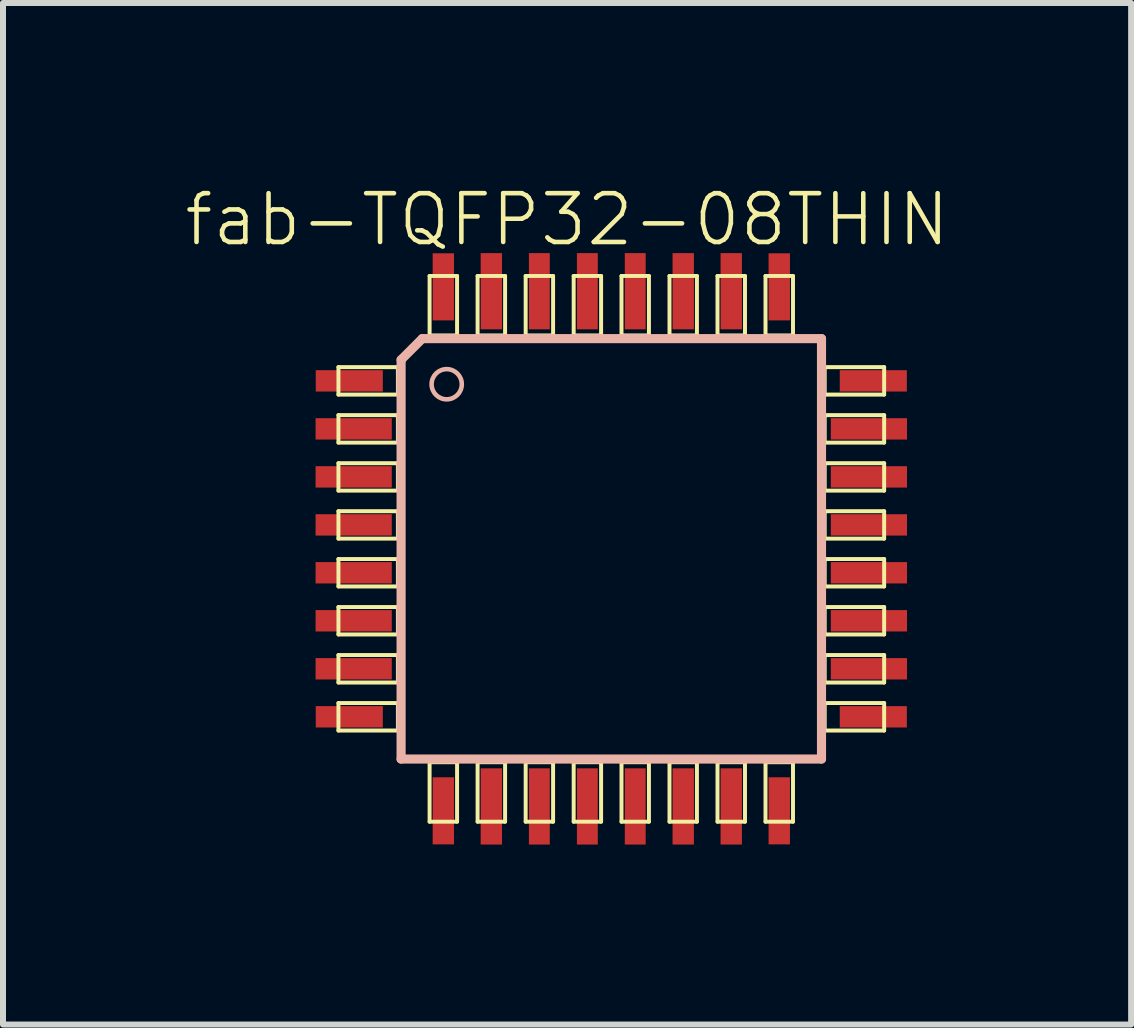
<source format=kicad_pcb>
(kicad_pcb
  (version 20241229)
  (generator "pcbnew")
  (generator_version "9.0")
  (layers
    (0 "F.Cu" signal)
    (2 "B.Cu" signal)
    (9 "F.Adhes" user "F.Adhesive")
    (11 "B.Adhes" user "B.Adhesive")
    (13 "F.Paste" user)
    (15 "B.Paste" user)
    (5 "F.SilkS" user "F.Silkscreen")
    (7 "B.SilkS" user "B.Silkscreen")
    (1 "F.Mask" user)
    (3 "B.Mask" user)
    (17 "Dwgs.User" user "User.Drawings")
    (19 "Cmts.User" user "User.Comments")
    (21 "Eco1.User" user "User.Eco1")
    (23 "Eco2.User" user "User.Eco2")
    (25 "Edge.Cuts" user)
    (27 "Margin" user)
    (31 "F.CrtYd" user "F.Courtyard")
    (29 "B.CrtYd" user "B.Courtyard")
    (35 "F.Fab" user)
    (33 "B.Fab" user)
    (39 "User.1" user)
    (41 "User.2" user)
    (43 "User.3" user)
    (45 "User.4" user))
  (footprint "fab-TQFP32-08THIN"
    (layer "F.Cu")
    (at 7.137 6.096)
    (property "Reference" "fab-TQFP32-08THIN" (at -0.737 -5.486 0) (layer "F.SilkS") (effects (font (size 0.813 0.813) (thickness 0.076))))
    (attr smd)
    (fp_line (start -4.547 -3.028) (end -3.556 -3.028) (stroke (width 0.066) (type solid)) (layer "F.SilkS"))
    (fp_line (start -4.547 -2.57) (end -4.547 -3.028) (stroke (width 0.066) (type solid)) (layer "F.SilkS"))
    (fp_line (start -4.547 -2.57) (end -3.556 -2.57) (stroke (width 0.066) (type solid)) (layer "F.SilkS"))
    (fp_line (start -4.547 -2.228) (end -3.556 -2.228) (stroke (width 0.066) (type solid)) (layer "F.SilkS"))
    (fp_line (start -4.547 -1.77) (end -4.547 -2.228) (stroke (width 0.066) (type solid)) (layer "F.SilkS"))
    (fp_line (start -4.547 -1.77) (end -3.556 -1.77) (stroke (width 0.066) (type solid)) (layer "F.SilkS"))
    (fp_line (start -4.547 -1.427) (end -3.556 -1.427) (stroke (width 0.066) (type solid)) (layer "F.SilkS"))
    (fp_line (start -4.547 -0.97) (end -4.547 -1.427) (stroke (width 0.066) (type solid)) (layer "F.SilkS"))
    (fp_line (start -4.547 -0.97) (end -3.556 -0.97) (stroke (width 0.066) (type solid)) (layer "F.SilkS"))
    (fp_line (start -4.547 -0.627) (end -3.556 -0.627) (stroke (width 0.066) (type solid)) (layer "F.SilkS"))
    (fp_line (start -4.547 -0.17) (end -4.547 -0.627) (stroke (width 0.066) (type solid)) (layer "F.SilkS"))
    (fp_line (start -4.547 -0.17) (end -3.556 -0.17) (stroke (width 0.066) (type solid)) (layer "F.SilkS"))
    (fp_line (start -4.547 0.17) (end -3.556 0.17) (stroke (width 0.066) (type solid)) (layer "F.SilkS"))
    (fp_line (start -4.547 0.627) (end -4.547 0.17) (stroke (width 0.066) (type solid)) (layer "F.SilkS"))
    (fp_line (start -4.547 0.627) (end -3.556 0.627) (stroke (width 0.066) (type solid)) (layer "F.SilkS"))
    (fp_line (start -4.547 0.97) (end -3.556 0.97) (stroke (width 0.066) (type solid)) (layer "F.SilkS"))
    (fp_line (start -4.547 1.427) (end -4.547 0.97) (stroke (width 0.066) (type solid)) (layer "F.SilkS"))
    (fp_line (start -4.547 1.427) (end -3.556 1.427) (stroke (width 0.066) (type solid)) (layer "F.SilkS"))
    (fp_line (start -4.547 1.77) (end -3.556 1.77) (stroke (width 0.066) (type solid)) (layer "F.SilkS"))
    (fp_line (start -4.547 2.228) (end -4.547 1.77) (stroke (width 0.066) (type solid)) (layer "F.SilkS"))
    (fp_line (start -4.547 2.228) (end -3.556 2.228) (stroke (width 0.066) (type solid)) (layer "F.SilkS"))
    (fp_line (start -4.547 2.57) (end -3.556 2.57) (stroke (width 0.066) (type solid)) (layer "F.SilkS"))
    (fp_line (start -4.547 3.028) (end -4.547 2.57) (stroke (width 0.066) (type solid)) (layer "F.SilkS"))
    (fp_line (start -4.547 3.028) (end -3.556 3.028) (stroke (width 0.066) (type solid)) (layer "F.SilkS"))
    (fp_line (start -3.556 -2.57) (end -3.556 -3.028) (stroke (width 0.066) (type solid)) (layer "F.SilkS"))
    (fp_line (start -3.556 -1.77) (end -3.556 -2.228) (stroke (width 0.066) (type solid)) (layer "F.SilkS"))
    (fp_line (start -3.556 -0.97) (end -3.556 -1.427) (stroke (width 0.066) (type solid)) (layer "F.SilkS"))
    (fp_line (start -3.556 -0.17) (end -3.556 -0.627) (stroke (width 0.066) (type solid)) (layer "F.SilkS"))
    (fp_line (start -3.556 0.627) (end -3.556 0.17) (stroke (width 0.066) (type solid)) (layer "F.SilkS"))
    (fp_line (start -3.556 1.427) (end -3.556 0.97) (stroke (width 0.066) (type solid)) (layer "F.SilkS"))
    (fp_line (start -3.556 2.228) (end -3.556 1.77) (stroke (width 0.066) (type solid)) (layer "F.SilkS"))
    (fp_line (start -3.556 3.028) (end -3.556 2.57) (stroke (width 0.066) (type solid)) (layer "F.SilkS"))
    (fp_line (start -3.028 -4.547) (end -2.57 -4.547) (stroke (width 0.066) (type solid)) (layer "F.SilkS"))
    (fp_line (start -3.028 -3.556) (end -3.028 -4.547) (stroke (width 0.066) (type solid)) (layer "F.SilkS"))
    (fp_line (start -3.028 -3.556) (end -2.57 -3.556) (stroke (width 0.066) (type solid)) (layer "F.SilkS"))
    (fp_line (start -3.028 3.556) (end -2.57 3.556) (stroke (width 0.066) (type solid)) (layer "F.SilkS"))
    (fp_line (start -3.028 4.547) (end -3.028 3.556) (stroke (width 0.066) (type solid)) (layer "F.SilkS"))
    (fp_line (start -3.028 4.547) (end -2.57 4.547) (stroke (width 0.066) (type solid)) (layer "F.SilkS"))
    (fp_line (start -2.57 -3.556) (end -2.57 -4.547) (stroke (width 0.066) (type solid)) (layer "F.SilkS"))
    (fp_line (start -2.57 4.547) (end -2.57 3.556) (stroke (width 0.066) (type solid)) (layer "F.SilkS"))
    (fp_line (start -2.228 -4.547) (end -1.77 -4.547) (stroke (width 0.066) (type solid)) (layer "F.SilkS"))
    (fp_line (start -2.228 -3.556) (end -2.228 -4.547) (stroke (width 0.066) (type solid)) (layer "F.SilkS"))
    (fp_line (start -2.228 -3.556) (end -1.77 -3.556) (stroke (width 0.066) (type solid)) (layer "F.SilkS"))
    (fp_line (start -2.228 3.556) (end -1.77 3.556) (stroke (width 0.066) (type solid)) (layer "F.SilkS"))
    (fp_line (start -2.228 4.547) (end -2.228 3.556) (stroke (width 0.066) (type solid)) (layer "F.SilkS"))
    (fp_line (start -2.228 4.547) (end -1.77 4.547) (stroke (width 0.066) (type solid)) (layer "F.SilkS"))
    (fp_line (start -1.77 -3.556) (end -1.77 -4.547) (stroke (width 0.066) (type solid)) (layer "F.SilkS"))
    (fp_line (start -1.77 4.547) (end -1.77 3.556) (stroke (width 0.066) (type solid)) (layer "F.SilkS"))
    (fp_line (start -1.427 -4.547) (end -0.97 -4.547) (stroke (width 0.066) (type solid)) (layer "F.SilkS"))
    (fp_line (start -1.427 -3.556) (end -1.427 -4.547) (stroke (width 0.066) (type solid)) (layer "F.SilkS"))
    (fp_line (start -1.427 -3.556) (end -0.97 -3.556) (stroke (width 0.066) (type solid)) (layer "F.SilkS"))
    (fp_line (start -1.427 3.556) (end -0.97 3.556) (stroke (width 0.066) (type solid)) (layer "F.SilkS"))
    (fp_line (start -1.427 4.547) (end -1.427 3.556) (stroke (width 0.066) (type solid)) (layer "F.SilkS"))
    (fp_line (start -1.427 4.547) (end -0.97 4.547) (stroke (width 0.066) (type solid)) (layer "F.SilkS"))
    (fp_line (start -0.97 -3.556) (end -0.97 -4.547) (stroke (width 0.066) (type solid)) (layer "F.SilkS"))
    (fp_line (start -0.97 4.547) (end -0.97 3.556) (stroke (width 0.066) (type solid)) (layer "F.SilkS"))
    (fp_line (start -0.627 -4.547) (end -0.17 -4.547) (stroke (width 0.066) (type solid)) (layer "F.SilkS"))
    (fp_line (start -0.627 -3.556) (end -0.627 -4.547) (stroke (width 0.066) (type solid)) (layer "F.SilkS"))
    (fp_line (start -0.627 -3.556) (end -0.17 -3.556) (stroke (width 0.066) (type solid)) (layer "F.SilkS"))
    (fp_line (start -0.627 3.556) (end -0.17 3.556) (stroke (width 0.066) (type solid)) (layer "F.SilkS"))
    (fp_line (start -0.627 4.547) (end -0.627 3.556) (stroke (width 0.066) (type solid)) (layer "F.SilkS"))
    (fp_line (start -0.627 4.547) (end -0.17 4.547) (stroke (width 0.066) (type solid)) (layer "F.SilkS"))
    (fp_line (start -0.17 -3.556) (end -0.17 -4.547) (stroke (width 0.066) (type solid)) (layer "F.SilkS"))
    (fp_line (start -0.17 4.547) (end -0.17 3.556) (stroke (width 0.066) (type solid)) (layer "F.SilkS"))
    (fp_line (start 0.17 -4.547) (end 0.627 -4.547) (stroke (width 0.066) (type solid)) (layer "F.SilkS"))
    (fp_line (start 0.17 -3.556) (end 0.17 -4.547) (stroke (width 0.066) (type solid)) (layer "F.SilkS"))
    (fp_line (start 0.17 -3.556) (end 0.627 -3.556) (stroke (width 0.066) (type solid)) (layer "F.SilkS"))
    (fp_line (start 0.17 3.556) (end 0.627 3.556) (stroke (width 0.066) (type solid)) (layer "F.SilkS"))
    (fp_line (start 0.17 4.547) (end 0.17 3.556) (stroke (width 0.066) (type solid)) (layer "F.SilkS"))
    (fp_line (start 0.17 4.547) (end 0.627 4.547) (stroke (width 0.066) (type solid)) (layer "F.SilkS"))
    (fp_line (start 0.627 -3.556) (end 0.627 -4.547) (stroke (width 0.066) (type solid)) (layer "F.SilkS"))
    (fp_line (start 0.627 4.547) (end 0.627 3.556) (stroke (width 0.066) (type solid)) (layer "F.SilkS"))
    (fp_line (start 0.97 -4.547) (end 1.427 -4.547) (stroke (width 0.066) (type solid)) (layer "F.SilkS"))
    (fp_line (start 0.97 -3.556) (end 0.97 -4.547) (stroke (width 0.066) (type solid)) (layer "F.SilkS"))
    (fp_line (start 0.97 -3.556) (end 1.427 -3.556) (stroke (width 0.066) (type solid)) (layer "F.SilkS"))
    (fp_line (start 0.97 3.556) (end 1.427 3.556) (stroke (width 0.066) (type solid)) (layer "F.SilkS"))
    (fp_line (start 0.97 4.547) (end 0.97 3.556) (stroke (width 0.066) (type solid)) (layer "F.SilkS"))
    (fp_line (start 0.97 4.547) (end 1.427 4.547) (stroke (width 0.066) (type solid)) (layer "F.SilkS"))
    (fp_line (start 1.427 -3.556) (end 1.427 -4.547) (stroke (width 0.066) (type solid)) (layer "F.SilkS"))
    (fp_line (start 1.427 4.547) (end 1.427 3.556) (stroke (width 0.066) (type solid)) (layer "F.SilkS"))
    (fp_line (start 1.77 -4.547) (end 2.228 -4.547) (stroke (width 0.066) (type solid)) (layer "F.SilkS"))
    (fp_line (start 1.77 -3.556) (end 1.77 -4.547) (stroke (width 0.066) (type solid)) (layer "F.SilkS"))
    (fp_line (start 1.77 -3.556) (end 2.228 -3.556) (stroke (width 0.066) (type solid)) (layer "F.SilkS"))
    (fp_line (start 1.77 3.556) (end 2.228 3.556) (stroke (width 0.066) (type solid)) (layer "F.SilkS"))
    (fp_line (start 1.77 4.547) (end 1.77 3.556) (stroke (width 0.066) (type solid)) (layer "F.SilkS"))
    (fp_line (start 1.77 4.547) (end 2.228 4.547) (stroke (width 0.066) (type solid)) (layer "F.SilkS"))
    (fp_line (start 2.228 -3.556) (end 2.228 -4.547) (stroke (width 0.066) (type solid)) (layer "F.SilkS"))
    (fp_line (start 2.228 4.547) (end 2.228 3.556) (stroke (width 0.066) (type solid)) (layer "F.SilkS"))
    (fp_line (start 2.57 -4.547) (end 3.028 -4.547) (stroke (width 0.066) (type solid)) (layer "F.SilkS"))
    (fp_line (start 2.57 -3.556) (end 2.57 -4.547) (stroke (width 0.066) (type solid)) (layer "F.SilkS"))
    (fp_line (start 2.57 -3.556) (end 3.028 -3.556) (stroke (width 0.066) (type solid)) (layer "F.SilkS"))
    (fp_line (start 2.57 3.556) (end 3.028 3.556) (stroke (width 0.066) (type solid)) (layer "F.SilkS"))
    (fp_line (start 2.57 4.547) (end 2.57 3.556) (stroke (width 0.066) (type solid)) (layer "F.SilkS"))
    (fp_line (start 2.57 4.547) (end 3.028 4.547) (stroke (width 0.066) (type solid)) (layer "F.SilkS"))
    (fp_line (start 3.028 -3.556) (end 3.028 -4.547) (stroke (width 0.066) (type solid)) (layer "F.SilkS"))
    (fp_line (start 3.028 4.547) (end 3.028 3.556) (stroke (width 0.066) (type solid)) (layer "F.SilkS"))
    (fp_line (start 3.556 -3.028) (end 4.547 -3.028) (stroke (width 0.066) (type solid)) (layer "F.SilkS"))
    (fp_line (start 3.556 -2.57) (end 3.556 -3.028) (stroke (width 0.066) (type solid)) (layer "F.SilkS"))
    (fp_line (start 3.556 -2.57) (end 4.547 -2.57) (stroke (width 0.066) (type solid)) (layer "F.SilkS"))
    (fp_line (start 3.556 -2.228) (end 4.547 -2.228) (stroke (width 0.066) (type solid)) (layer "F.SilkS"))
    (fp_line (start 3.556 -1.77) (end 3.556 -2.228) (stroke (width 0.066) (type solid)) (layer "F.SilkS"))
    (fp_line (start 3.556 -1.77) (end 4.547 -1.77) (stroke (width 0.066) (type solid)) (layer "F.SilkS"))
    (fp_line (start 3.556 -1.427) (end 4.547 -1.427) (stroke (width 0.066) (type solid)) (layer "F.SilkS"))
    (fp_line (start 3.556 -0.97) (end 3.556 -1.427) (stroke (width 0.066) (type solid)) (layer "F.SilkS"))
    (fp_line (start 3.556 -0.97) (end 4.547 -0.97) (stroke (width 0.066) (type solid)) (layer "F.SilkS"))
    (fp_line (start 3.556 -0.627) (end 4.547 -0.627) (stroke (width 0.066) (type solid)) (layer "F.SilkS"))
    (fp_line (start 3.556 -0.17) (end 3.556 -0.627) (stroke (width 0.066) (type solid)) (layer "F.SilkS"))
    (fp_line (start 3.556 -0.17) (end 4.547 -0.17) (stroke (width 0.066) (type solid)) (layer "F.SilkS"))
    (fp_line (start 3.556 0.17) (end 4.547 0.17) (stroke (width 0.066) (type solid)) (layer "F.SilkS"))
    (fp_line (start 3.556 0.627) (end 3.556 0.17) (stroke (width 0.066) (type solid)) (layer "F.SilkS"))
    (fp_line (start 3.556 0.627) (end 4.547 0.627) (stroke (width 0.066) (type solid)) (layer "F.SilkS"))
    (fp_line (start 3.556 0.97) (end 4.547 0.97) (stroke (width 0.066) (type solid)) (layer "F.SilkS"))
    (fp_line (start 3.556 1.427) (end 3.556 0.97) (stroke (width 0.066) (type solid)) (layer "F.SilkS"))
    (fp_line (start 3.556 1.427) (end 4.547 1.427) (stroke (width 0.066) (type solid)) (layer "F.SilkS"))
    (fp_line (start 3.556 1.77) (end 4.547 1.77) (stroke (width 0.066) (type solid)) (layer "F.SilkS"))
    (fp_line (start 3.556 2.228) (end 3.556 1.77) (stroke (width 0.066) (type solid)) (layer "F.SilkS"))
    (fp_line (start 3.556 2.228) (end 4.547 2.228) (stroke (width 0.066) (type solid)) (layer "F.SilkS"))
    (fp_line (start 3.556 2.57) (end 4.547 2.57) (stroke (width 0.066) (type solid)) (layer "F.SilkS"))
    (fp_line (start 3.556 3.028) (end 3.556 2.57) (stroke (width 0.066) (type solid)) (layer "F.SilkS"))
    (fp_line (start 3.556 3.028) (end 4.547 3.028) (stroke (width 0.066) (type solid)) (layer "F.SilkS"))
    (fp_line (start 4.547 -2.57) (end 4.547 -3.028) (stroke (width 0.066) (type solid)) (layer "F.SilkS"))
    (fp_line (start 4.547 -1.77) (end 4.547 -2.228) (stroke (width 0.066) (type solid)) (layer "F.SilkS"))
    (fp_line (start 4.547 -0.97) (end 4.547 -1.427) (stroke (width 0.066) (type solid)) (layer "F.SilkS"))
    (fp_line (start 4.547 -0.17) (end 4.547 -0.627) (stroke (width 0.066) (type solid)) (layer "F.SilkS"))
    (fp_line (start 4.547 0.627) (end 4.547 0.17) (stroke (width 0.066) (type solid)) (layer "F.SilkS"))
    (fp_line (start 4.547 1.427) (end 4.547 0.97) (stroke (width 0.066) (type solid)) (layer "F.SilkS"))
    (fp_line (start 4.547 2.228) (end 4.547 1.77) (stroke (width 0.066) (type solid)) (layer "F.SilkS"))
    (fp_line (start 4.547 3.028) (end 4.547 2.57) (stroke (width 0.066) (type solid)) (layer "F.SilkS"))
    (fp_line (start -3.503 3.503) (end -3.503 -3.15) (stroke (width 0.152) (type solid)) (layer "B.SilkS"))
    (fp_line (start -3.15 -3.503) (end -3.503 -3.15) (stroke (width 0.152) (type solid)) (layer "B.SilkS"))
    (fp_line (start -3.15 -3.503) (end 3.503 -3.503) (stroke (width 0.152) (type solid)) (layer "B.SilkS"))
    (fp_line (start 3.503 -3.503) (end 3.503 3.503) (stroke (width 0.152) (type solid)) (layer "B.SilkS"))
    (fp_line (start 3.503 3.503) (end -3.503 3.503) (stroke (width 0.152) (type solid)) (layer "B.SilkS"))
    (fp_circle (center -2.743 -2.743) (end -2.921 -2.921) (stroke (width 0.076) (type solid)) (fill no) (layer "B.SilkS"))
    (pad "1" smd rect (at -4.366 -2.799) (size 1.118 0.356) (layers "F.Cu" "F.Mask" "F.Paste"))
    (pad "2" smd rect (at -4.293 -1.999) (size 1.27 0.356) (layers "F.Cu" "F.Mask" "F.Paste"))
    (pad "3" smd rect (at -4.293 -1.199) (size 1.27 0.356) (layers "F.Cu" "F.Mask" "F.Paste"))
    (pad "4" smd rect (at -4.293 -0.399) (size 1.27 0.356) (layers "F.Cu" "F.Mask" "F.Paste"))
    (pad "5" smd rect (at -4.293 0.399) (size 1.27 0.356) (layers "F.Cu" "F.Mask" "F.Paste"))
    (pad "6" smd rect (at -4.293 1.199) (size 1.27 0.356) (layers "F.Cu" "F.Mask" "F.Paste"))
    (pad "7" smd rect (at -4.293 1.999) (size 1.27 0.356) (layers "F.Cu" "F.Mask" "F.Paste"))
    (pad "8" smd rect (at -4.366 2.799) (size 1.118 0.356) (layers "F.Cu" "F.Mask" "F.Paste"))
    (pad "9" smd rect (at -2.799 4.366) (size 0.356 1.118) (layers "F.Cu" "F.Mask" "F.Paste"))
    (pad "10" smd rect (at -1.999 4.293) (size 0.356 1.27) (layers "F.Cu" "F.Mask" "F.Paste"))
    (pad "11" smd rect (at -1.199 4.293) (size 0.348 1.27) (layers "F.Cu" "F.Mask" "F.Paste"))
    (pad "12" smd rect (at -0.399 4.293) (size 0.348 1.27) (layers "F.Cu" "F.Mask" "F.Paste"))
    (pad "13" smd rect (at 0.399 4.293) (size 0.348 1.27) (layers "F.Cu" "F.Mask" "F.Paste"))
    (pad "14" smd rect (at 1.199 4.293) (size 0.356 1.27) (layers "F.Cu" "F.Mask" "F.Paste"))
    (pad "15" smd rect (at 1.999 4.293) (size 0.356 1.27) (layers "F.Cu" "F.Mask" "F.Paste"))
    (pad "16" smd rect (at 2.799 4.366) (size 0.356 1.118) (layers "F.Cu" "F.Mask" "F.Paste"))
    (pad "17" smd rect (at 4.366 2.799) (size 1.118 0.356) (layers "F.Cu" "F.Mask" "F.Paste"))
    (pad "18" smd rect (at 4.293 1.999) (size 1.27 0.356) (layers "F.Cu" "F.Mask" "F.Paste"))
    (pad "19" smd rect (at 4.293 1.199) (size 1.27 0.356) (layers "F.Cu" "F.Mask" "F.Paste"))
    (pad "20" smd rect (at 4.293 0.399) (size 1.27 0.356) (layers "F.Cu" "F.Mask" "F.Paste"))
    (pad "21" smd rect (at 4.293 -0.399) (size 1.27 0.356) (layers "F.Cu" "F.Mask" "F.Paste"))
    (pad "22" smd rect (at 4.293 -1.199) (size 1.27 0.356) (layers "F.Cu" "F.Mask" "F.Paste"))
    (pad "23" smd rect (at 4.293 -1.999) (size 1.27 0.356) (layers "F.Cu" "F.Mask" "F.Paste"))
    (pad "24" smd rect (at 4.366 -2.799) (size 1.118 0.356) (layers "F.Cu" "F.Mask" "F.Paste"))
    (pad "25" smd rect (at 2.799 -4.366) (size 0.356 1.118) (layers "F.Cu" "F.Mask" "F.Paste"))
    (pad "26" smd rect (at 1.999 -4.293) (size 0.356 1.27) (layers "F.Cu" "F.Mask" "F.Paste"))
    (pad "27" smd rect (at 1.199 -4.293) (size 0.356 1.27) (layers "F.Cu" "F.Mask" "F.Paste"))
    (pad "28" smd rect (at 0.399 -4.293) (size 0.348 1.27) (layers "F.Cu" "F.Mask" "F.Paste"))
    (pad "29" smd rect (at -0.399 -4.293) (size 0.348 1.27) (layers "F.Cu" "F.Mask" "F.Paste"))
    (pad "30" smd rect (at -1.199 -4.293) (size 0.348 1.27) (layers "F.Cu" "F.Mask" "F.Paste"))
    (pad "31" smd rect (at -1.999 -4.293) (size 0.356 1.27) (layers "F.Cu" "F.Mask" "F.Paste"))
    (pad "32" smd rect (at -2.799 -4.366) (size 0.356 1.118) (layers "F.Cu" "F.Mask" "F.Paste")))
  (gr_rect
    (start -3 -3)
    (end 15.8 14.023)
    (stroke (width 0.1) (type default))
    (fill no)
    (layer "Edge.Cuts")))
</source>
